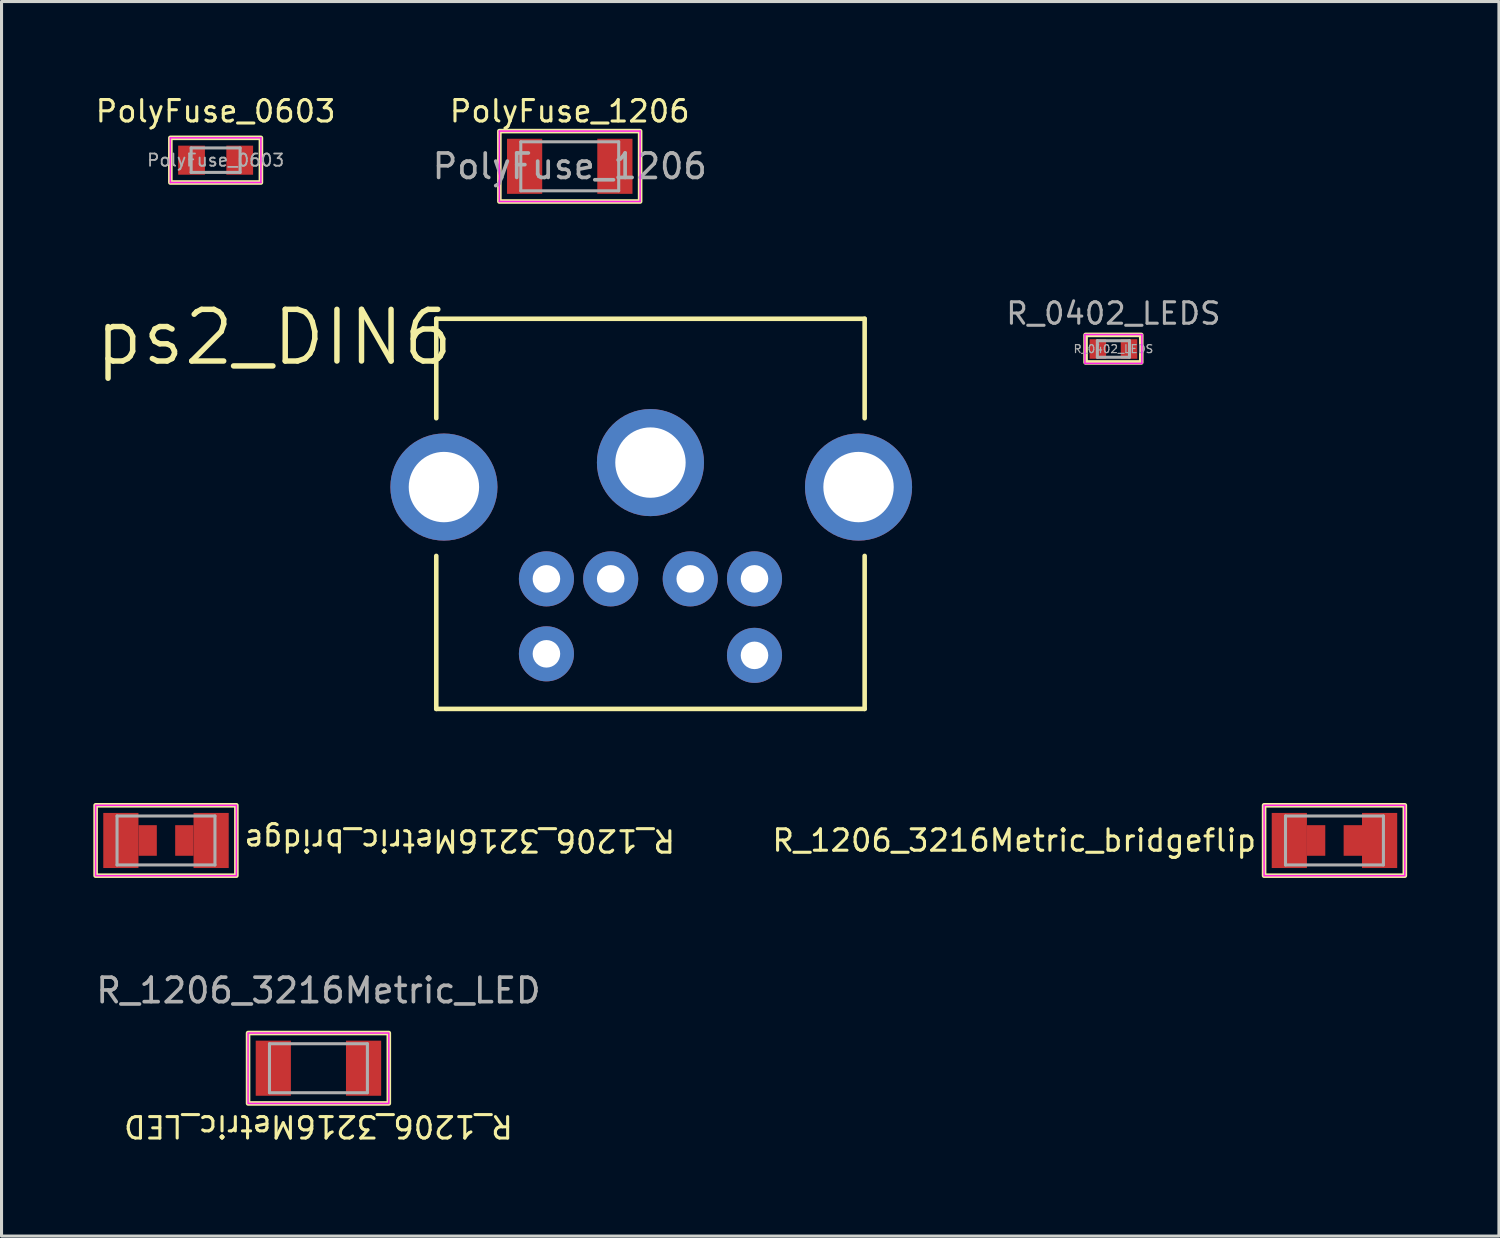
<source format=kicad_pcb>
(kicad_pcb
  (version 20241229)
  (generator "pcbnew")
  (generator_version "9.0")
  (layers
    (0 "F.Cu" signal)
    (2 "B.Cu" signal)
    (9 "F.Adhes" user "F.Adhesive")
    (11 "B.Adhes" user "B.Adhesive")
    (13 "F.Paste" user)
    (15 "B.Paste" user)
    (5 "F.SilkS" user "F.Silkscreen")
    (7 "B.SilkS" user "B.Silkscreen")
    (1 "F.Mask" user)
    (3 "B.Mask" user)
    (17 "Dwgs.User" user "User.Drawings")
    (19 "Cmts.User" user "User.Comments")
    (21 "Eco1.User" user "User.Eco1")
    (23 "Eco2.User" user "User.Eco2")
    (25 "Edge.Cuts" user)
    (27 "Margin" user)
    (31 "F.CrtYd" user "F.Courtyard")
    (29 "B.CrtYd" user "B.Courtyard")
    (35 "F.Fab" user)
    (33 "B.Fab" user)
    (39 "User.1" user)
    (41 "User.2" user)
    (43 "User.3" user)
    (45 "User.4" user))
  (footprint "R_1206_3216Metric_bridgeflip"
    (layer "F.Cu")
    (at 40.562 24.418)
    (property "Reference" "R_1206_3216Metric_bridgeflip" (at -2.5 0 0) (unlocked yes) (layer "F.SilkS") (effects (font (size 0.7 0.7) (thickness 0.1)) (justify right)))
    (attr smd)
    (fp_rect (start -2.3 -1.15) (end 2.3 1.15) (stroke (width 0.15) (type solid)) (fill no) (layer "F.SilkS"))
    (fp_rect (start -2.3 -1.15) (end 2.3 1.15) (stroke (width 0.05) (type solid)) (fill no) (layer "F.CrtYd"))
    (fp_line (start -1.6 -0.8) (end 1.6 -0.8) (stroke (width 0.1) (type solid)) (layer "F.Fab"))
    (fp_line (start -1.6 0.8) (end -1.6 -0.8) (stroke (width 0.1) (type solid)) (layer "F.Fab"))
    (fp_line (start 1.6 -0.8) (end 1.6 0.8) (stroke (width 0.1) (type solid)) (layer "F.Fab"))
    (fp_line (start 1.6 0.8) (end -1.6 0.8) (stroke (width 0.1) (type solid)) (layer "F.Fab"))
    (pad "1" smd rect (at -1.475 0) (size 1.15 1.8) (layers "F.Cu" "F.Mask" "F.Paste"))
    (pad "1" smd rect (at -0.6 0) (size 0.6 1) (layers "F.Cu" "F.Mask" "F.Paste"))
    (pad "2" smd rect (at 0.6 0 180) (size 0.6 1) (layers "F.Cu" "F.Mask" "F.Paste"))
    (pad "2" smd rect (at 1.475 0) (size 1.15 1.8) (layers "F.Cu" "F.Mask" "F.Paste")))
  (footprint "R_1206_3216Metric_LED"
    (layer "F.Cu")
    (at 7.357 31.861)
    (property "Reference" "R_1206_3216Metric_LED" (at 0 1.9 180) (unlocked yes) (layer "F.SilkS") (effects (font (size 0.7 0.7) (thickness 0.1))))
    (attr smd)
    (fp_rect (start -2.3 -1.15) (end 2.3 1.15) (stroke (width 0.15) (type solid)) (fill no) (layer "F.SilkS"))
    (fp_rect (start -2.3 -1.15) (end 2.3 1.15) (stroke (width 0.05) (type solid)) (fill no) (layer "F.CrtYd"))
    (fp_line (start -1.6 -0.8) (end 1.6 -0.8) (stroke (width 0.1) (type solid)) (layer "F.Fab"))
    (fp_line (start -1.6 0.8) (end -1.6 -0.8) (stroke (width 0.1) (type solid)) (layer "F.Fab"))
    (fp_line (start 1.6 -0.8) (end 1.6 0.8) (stroke (width 0.1) (type solid)) (layer "F.Fab"))
    (fp_line (start 1.6 0.8) (end -1.6 0.8) (stroke (width 0.1) (type solid)) (layer "F.Fab"))
    (fp_text user "${REFERENCE}" (at 0 -2.54 0) (layer "F.Fab") (effects (font (size 0.8 0.8) (thickness 0.12))))
    (pad "1" smd rect (at -1.475 0) (size 1.15 1.8) (layers "F.Cu" "F.Mask" "F.Paste"))
    (pad "2" smd rect (at 1.475 0) (size 1.15 1.8) (layers "F.Cu" "F.Mask" "F.Paste")))
  (footprint "R_0402_LEDS"
    (layer "F.Cu")
    (at 33.338 8.355)
    (property "Reference" "R_0402_LEDS" (at 0 -1.16 0) (layer "F.Fab") (effects (font (size 0.7 0.7) (thickness 0.1))))
    (attr smd)
    (fp_rect (start -0.91 -0.46) (end 0.91 0.44) (stroke (width 0.15) (type solid)) (fill no) (layer "F.SilkS"))
    (fp_line (start -0.93 -0.47) (end 0.93 -0.47) (stroke (width 0.05) (type solid)) (layer "F.CrtYd"))
    (fp_line (start -0.93 0.47) (end -0.93 -0.47) (stroke (width 0.05) (type solid)) (layer "F.CrtYd"))
    (fp_line (start 0.93 -0.47) (end 0.93 0.47) (stroke (width 0.05) (type solid)) (layer "F.CrtYd"))
    (fp_line (start 0.93 0.47) (end -0.93 0.47) (stroke (width 0.05) (type solid)) (layer "F.CrtYd"))
    (fp_line (start -0.525 -0.27) (end 0.525 -0.27) (stroke (width 0.1) (type solid)) (layer "F.Fab"))
    (fp_line (start -0.525 0.27) (end -0.525 -0.27) (stroke (width 0.1) (type solid)) (layer "F.Fab"))
    (fp_line (start 0.525 -0.27) (end 0.525 0.27) (stroke (width 0.1) (type solid)) (layer "F.Fab"))
    (fp_line (start 0.525 0.27) (end -0.525 0.27) (stroke (width 0.1) (type solid)) (layer "F.Fab"))
    (fp_text user "${REFERENCE}" (at 0 0 0) (layer "F.Fab") (effects (font (size 0.26 0.26) (thickness 0.04))))
    (pad "1" smd rect (at -0.51 0) (size 0.54 0.64) (layers "F.Cu" "F.Mask" "F.Paste"))
    (pad "2" smd rect (at 0.51 0) (size 0.54 0.64) (layers "F.Cu" "F.Mask" "F.Paste")))
  (footprint "PolyFuse_0603"
    (layer "F.Cu")
    (at 3.997 2.185)
    (property "Reference" "PolyFuse_0603" (at 0 -1.6 0) (layer "F.SilkS") (effects (font (size 0.7 0.7) (thickness 0.1))))
    (attr smd)
    (fp_rect (start -1.48 -0.73) (end 1.48 0.73) (stroke (width 0.15) (type solid)) (fill no) (layer "F.SilkS"))
    (fp_line (start -1.48 -0.73) (end 1.48 -0.73) (stroke (width 0.05) (type solid)) (layer "F.CrtYd"))
    (fp_line (start -1.48 0.73) (end -1.48 -0.73) (stroke (width 0.05) (type solid)) (layer "F.CrtYd"))
    (fp_line (start 1.48 -0.73) (end 1.48 0.73) (stroke (width 0.05) (type solid)) (layer "F.CrtYd"))
    (fp_line (start 1.48 0.73) (end -1.48 0.73) (stroke (width 0.05) (type solid)) (layer "F.CrtYd"))
    (fp_line (start -0.8 -0.4) (end 0.8 -0.4) (stroke (width 0.1) (type solid)) (layer "F.Fab"))
    (fp_line (start -0.8 0.4) (end -0.8 -0.4) (stroke (width 0.1) (type solid)) (layer "F.Fab"))
    (fp_line (start 0.8 -0.4) (end 0.8 0.4) (stroke (width 0.1) (type solid)) (layer "F.Fab"))
    (fp_line (start 0.8 0.4) (end -0.8 0.4) (stroke (width 0.1) (type solid)) (layer "F.Fab"))
    (fp_text user "${REFERENCE}" (at 0 0 0) (layer "F.Fab") (effects (font (size 0.4 0.4) (thickness 0.06))))
    (pad "1" smd rect (at -0.787 0) (size 0.875 0.95) (layers "F.Cu" "F.Mask" "F.Paste"))
    (pad "2" smd rect (at 0.787 0) (size 0.875 0.95) (layers "F.Cu" "F.Mask" "F.Paste")))
  (footprint "R_1206_3216Metric_bridge"
    (layer "F.Cu")
    (at 2.375 24.418)
    (property "Reference" "R_1206_3216Metric_bridge" (at 2.5 0 180) (unlocked yes) (layer "F.SilkS") (effects (font (size 0.7 0.7) (thickness 0.1)) (justify right)))
    (attr smd)
    (fp_rect (start -2.3 -1.15) (end 2.3 1.15) (stroke (width 0.15) (type solid)) (fill no) (layer "F.SilkS"))
    (fp_rect (start -2.3 -1.15) (end 2.3 1.15) (stroke (width 0.05) (type solid)) (fill no) (layer "F.CrtYd"))
    (fp_line (start -1.6 -0.8) (end 1.6 -0.8) (stroke (width 0.1) (type solid)) (layer "F.Fab"))
    (fp_line (start -1.6 0.8) (end -1.6 -0.8) (stroke (width 0.1) (type solid)) (layer "F.Fab"))
    (fp_line (start 1.6 -0.8) (end 1.6 0.8) (stroke (width 0.1) (type solid)) (layer "F.Fab"))
    (fp_line (start 1.6 0.8) (end -1.6 0.8) (stroke (width 0.1) (type solid)) (layer "F.Fab"))
    (pad "1" smd rect (at -1.475 0) (size 1.15 1.8) (layers "F.Cu" "F.Mask" "F.Paste"))
    (pad "1" smd rect (at -0.6 0) (size 0.6 1) (layers "F.Cu" "F.Mask" "F.Paste"))
    (pad "2" smd rect (at 0.6 0 180) (size 0.6 1) (layers "F.Cu" "F.Mask" "F.Paste"))
    (pad "2" smd rect (at 1.475 0) (size 1.15 1.8) (layers "F.Cu" "F.Mask" "F.Paste")))
  (footprint "ps2_DIN6"
    (layer "F.Cu")
    (at 18.208 12.118)
    (property "Reference" "ps2_DIN6" (at -6.35 -5.13 0) (layer "F.SilkS") (effects (font (size 1.689 1.689) (thickness 0.178)) (justify right top)))
    (attr through_hole)
    (fp_line (start -7 -4.75) (end -7 -1.5) (stroke (width 0.15) (type solid)) (layer "F.SilkS"))
    (fp_line (start -7 3) (end -7 8) (stroke (width 0.15) (type solid)) (layer "F.SilkS"))
    (fp_line (start -7 8) (end 7 8) (stroke (width 0.15) (type solid)) (layer "F.SilkS"))
    (fp_line (start 7 -4.75) (end -7 -4.75) (stroke (width 0.15) (type solid)) (layer "F.SilkS"))
    (fp_line (start 7 -1.5) (end 7 -4.75) (stroke (width 0.15) (type solid)) (layer "F.SilkS"))
    (fp_line (start 7 8) (end 7 3) (stroke (width 0.15) (type solid)) (layer "F.SilkS"))
    (pad "1" thru_hole circle (at -1.3 3.75) (size 1.8 1.8) (drill 0.9) (layers "*.Cu" "*.Mask"))
    (pad "2" thru_hole circle (at 1.3 3.75) (size 1.8 1.8) (drill 0.9) (layers "*.Cu" "*.Mask"))
    (pad "3" thru_hole circle (at -3.4 3.75) (size 1.8 1.8) (drill 0.9) (layers "*.Cu" "*.Mask"))
    (pad "4" thru_hole circle (at 3.4 3.75) (size 1.8 1.8) (drill 0.9) (layers "*.Cu" "*.Mask"))
    (pad "5" thru_hole circle (at -3.4 6.2) (size 1.8 1.8) (drill 0.9) (layers "*.Cu" "*.Mask"))
    (pad "6" thru_hole circle (at 3.4 6.25) (size 1.8 1.8) (drill 0.9) (layers "*.Cu" "*.Mask"))
    (pad "SH1" thru_hole circle (at 6.8 0.75) (size 3.5 3.5) (drill 2.3) (layers "*.Cu" "*.Mask"))
    (pad "SH2" thru_hole circle (at 0 -0.05) (size 3.5 3.5) (drill 2.3) (layers "*.Cu" "*.Mask"))
    (pad "SH3" thru_hole circle (at -6.75 0.75) (size 3.5 3.5) (drill 2.3) (layers "*.Cu" "*.Mask")))
  (footprint "PolyFuse_1206"
    (layer "F.Cu")
    (at 15.57 2.385)
    (property "Reference" "PolyFuse_1206" (at 0 -1.8 0) (layer "F.SilkS") (effects (font (size 0.7 0.7) (thickness 0.1))))
    (attr smd)
    (fp_rect (start -2.3 -1.15) (end 2.3 1.15) (stroke (width 0.15) (type solid)) (fill no) (layer "F.SilkS"))
    (fp_line (start -2.3 -1.15) (end 2.3 -1.15) (stroke (width 0.05) (type solid)) (layer "F.CrtYd"))
    (fp_line (start -2.3 1.15) (end -2.3 -1.15) (stroke (width 0.05) (type solid)) (layer "F.CrtYd"))
    (fp_line (start 2.3 -1.15) (end 2.3 1.15) (stroke (width 0.05) (type solid)) (layer "F.CrtYd"))
    (fp_line (start 2.3 1.15) (end -2.3 1.15) (stroke (width 0.05) (type solid)) (layer "F.CrtYd"))
    (fp_line (start -1.6 -0.8) (end 1.6 -0.8) (stroke (width 0.1) (type solid)) (layer "F.Fab"))
    (fp_line (start -1.6 0.8) (end -1.6 -0.8) (stroke (width 0.1) (type solid)) (layer "F.Fab"))
    (fp_line (start 1.6 -0.8) (end 1.6 0.8) (stroke (width 0.1) (type solid)) (layer "F.Fab"))
    (fp_line (start 1.6 0.8) (end -1.6 0.8) (stroke (width 0.1) (type solid)) (layer "F.Fab"))
    (fp_text user "${REFERENCE}" (at 0 0 0) (layer "F.Fab") (effects (font (size 0.8 0.8) (thickness 0.12))))
    (pad "1" smd rect (at -1.475 0) (size 1.15 1.8) (layers "F.Cu" "F.Mask" "F.Paste"))
    (pad "2" smd rect (at 1.475 0) (size 1.15 1.8) (layers "F.Cu" "F.Mask" "F.Paste")))
  (gr_rect
    (start -3 -3)
    (end 45.937 37.346)
    (stroke (width 0.1) (type default))
    (fill no)
    (layer "Edge.Cuts")))
</source>
